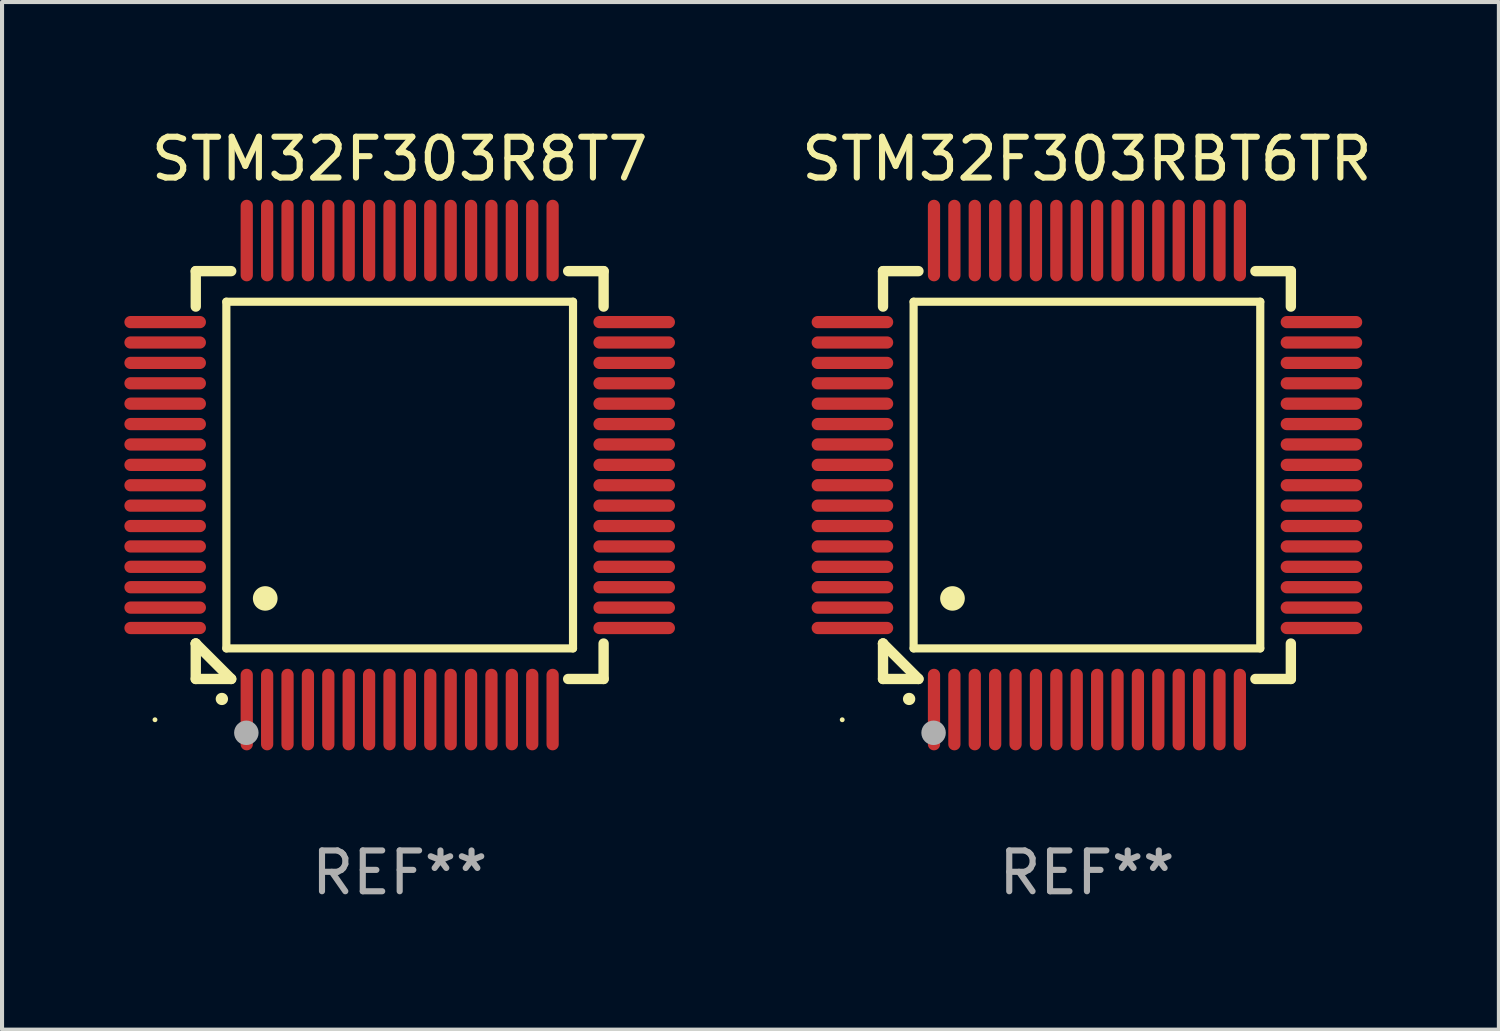
<source format=kicad_pcb>
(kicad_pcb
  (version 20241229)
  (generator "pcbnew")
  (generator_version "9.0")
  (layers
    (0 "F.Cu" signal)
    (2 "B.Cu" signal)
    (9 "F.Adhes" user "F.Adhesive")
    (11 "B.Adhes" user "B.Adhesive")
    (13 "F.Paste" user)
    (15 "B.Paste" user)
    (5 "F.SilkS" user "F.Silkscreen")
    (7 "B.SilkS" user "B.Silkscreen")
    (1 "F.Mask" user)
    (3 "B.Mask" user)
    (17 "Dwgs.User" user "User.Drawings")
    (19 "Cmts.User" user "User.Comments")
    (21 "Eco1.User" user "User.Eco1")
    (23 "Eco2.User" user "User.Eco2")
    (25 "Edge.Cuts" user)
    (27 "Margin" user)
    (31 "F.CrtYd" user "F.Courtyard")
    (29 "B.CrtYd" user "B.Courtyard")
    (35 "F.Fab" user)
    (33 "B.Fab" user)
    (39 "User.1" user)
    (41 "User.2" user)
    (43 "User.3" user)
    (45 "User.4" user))
  (footprint "STM32F303R8T7"
    (layer "F.Cu")
    (at 6.75 8.598)
    (property "Reference" "STM32F303R8T7" (at 0 -7.75 0) (layer "F.SilkS") (effects (font (size 1 1) (thickness 0.15))))
    (attr through_hole)
    (fp_line (start -5 -5) (end -4.131 -5) (stroke (width 0.254) (type solid)) (layer "F.SilkS"))
    (fp_line (start -5 -4.131) (end -5 -5) (stroke (width 0.254) (type solid)) (layer "F.SilkS"))
    (fp_line (start -5 4.131) (end -5 4.131) (stroke (width 0.254) (type solid)) (layer "F.SilkS"))
    (fp_line (start -5 5) (end -5 4.131) (stroke (width 0.254) (type solid)) (layer "F.SilkS"))
    (fp_line (start -5 4.131) (end -4.131 5) (stroke (width 0.254) (type solid)) (layer "F.SilkS"))
    (fp_line (start -4.25 -4.25) (end -4.25 4.25) (stroke (width 0.2) (type solid)) (layer "F.SilkS"))
    (fp_line (start -4.25 4.25) (end 4.25 4.25) (stroke (width 0.2) (type solid)) (layer "F.SilkS"))
    (fp_line (start -4.131 5) (end -5 5) (stroke (width 0.254) (type solid)) (layer "F.SilkS"))
    (fp_line (start 4.25 -4.25) (end -4.25 -4.25) (stroke (width 0.2) (type solid)) (layer "F.SilkS"))
    (fp_line (start 4.25 4.25) (end 4.25 -4.25) (stroke (width 0.2) (type solid)) (layer "F.SilkS"))
    (fp_line (start 5 -5) (end 4.131 -5) (stroke (width 0.254) (type solid)) (layer "F.SilkS"))
    (fp_line (start 5 -5) (end 5 -4.131) (stroke (width 0.254) (type solid)) (layer "F.SilkS"))
    (fp_line (start 5 4.131) (end 5 5) (stroke (width 0.254) (type solid)) (layer "F.SilkS"))
    (fp_line (start 5 5) (end 4.131 5) (stroke (width 0.254) (type solid)) (layer "F.SilkS"))
    (fp_arc (start -4.361265 5.489992) (mid -4.359995 5.489987) (end -4.358725 5.489992) (stroke (width 0.3) (type solid)) (layer "F.SilkS"))
    (fp_arc (start -3.299467 3.025146) (mid -3.296927 3.025135) (end -3.294387 3.025146) (stroke (width 0.6) (type solid)) (layer "F.SilkS"))
    (fp_circle (center -6 6) (end -5.97 6) (stroke (width 0.06) (type solid)) (fill no) (layer "F.SilkS"))
    (fp_circle (center -3.76 6.32) (end -3.61 6.32) (stroke (width 0.3) (type solid)) (fill no) (layer "F.Fab"))
    (fp_text user "REF**" (at 0 9.75 0) (layer "F.Fab") (effects (font (size 1 1) (thickness 0.15))))
    (pad "1" smd oval (at -3.75 5.75) (size 0.3 2) (layers "F.Cu" "F.Mask" "F.Paste"))
    (pad "2" smd oval (at -3.25 5.75) (size 0.3 2) (layers "F.Cu" "F.Mask" "F.Paste"))
    (pad "3" smd oval (at -2.75 5.75) (size 0.3 2) (layers "F.Cu" "F.Mask" "F.Paste"))
    (pad "4" smd oval (at -2.25 5.75) (size 0.3 2) (layers "F.Cu" "F.Mask" "F.Paste"))
    (pad "5" smd oval (at -1.75 5.75) (size 0.3 2) (layers "F.Cu" "F.Mask" "F.Paste"))
    (pad "6" smd oval (at -1.25 5.75) (size 0.3 2) (layers "F.Cu" "F.Mask" "F.Paste"))
    (pad "7" smd oval (at -0.75 5.75) (size 0.3 2) (layers "F.Cu" "F.Mask" "F.Paste"))
    (pad "8" smd oval (at -0.25 5.75) (size 0.3 2) (layers "F.Cu" "F.Mask" "F.Paste"))
    (pad "9" smd oval (at 0.25 5.75) (size 0.3 2) (layers "F.Cu" "F.Mask" "F.Paste"))
    (pad "10" smd oval (at 0.75 5.75) (size 0.3 2) (layers "F.Cu" "F.Mask" "F.Paste"))
    (pad "11" smd oval (at 1.25 5.75) (size 0.3 2) (layers "F.Cu" "F.Mask" "F.Paste"))
    (pad "12" smd oval (at 1.75 5.75) (size 0.3 2) (layers "F.Cu" "F.Mask" "F.Paste"))
    (pad "13" smd oval (at 2.25 5.75) (size 0.3 2) (layers "F.Cu" "F.Mask" "F.Paste"))
    (pad "14" smd oval (at 2.75 5.75) (size 0.3 2) (layers "F.Cu" "F.Mask" "F.Paste"))
    (pad "15" smd oval (at 3.25 5.75) (size 0.3 2) (layers "F.Cu" "F.Mask" "F.Paste"))
    (pad "16" smd oval (at 3.75 5.75) (size 0.3 2) (layers "F.Cu" "F.Mask" "F.Paste"))
    (pad "17" smd oval (at 5.75 3.75) (size 2 0.3) (layers "F.Cu" "F.Mask" "F.Paste"))
    (pad "18" smd oval (at 5.75 3.25) (size 2 0.3) (layers "F.Cu" "F.Mask" "F.Paste"))
    (pad "19" smd oval (at 5.75 2.75) (size 2 0.3) (layers "F.Cu" "F.Mask" "F.Paste"))
    (pad "20" smd oval (at 5.75 2.25) (size 2 0.3) (layers "F.Cu" "F.Mask" "F.Paste"))
    (pad "21" smd oval (at 5.75 1.75) (size 2 0.3) (layers "F.Cu" "F.Mask" "F.Paste"))
    (pad "22" smd oval (at 5.75 1.25) (size 2 0.3) (layers "F.Cu" "F.Mask" "F.Paste"))
    (pad "23" smd oval (at 5.75 0.75) (size 2 0.3) (layers "F.Cu" "F.Mask" "F.Paste"))
    (pad "24" smd oval (at 5.75 0.25) (size 2 0.3) (layers "F.Cu" "F.Mask" "F.Paste"))
    (pad "25" smd oval (at 5.75 -0.25) (size 2 0.3) (layers "F.Cu" "F.Mask" "F.Paste"))
    (pad "26" smd oval (at 5.75 -0.75) (size 2 0.3) (layers "F.Cu" "F.Mask" "F.Paste"))
    (pad "27" smd oval (at 5.75 -1.25) (size 2 0.3) (layers "F.Cu" "F.Mask" "F.Paste"))
    (pad "28" smd oval (at 5.75 -1.75) (size 2 0.3) (layers "F.Cu" "F.Mask" "F.Paste"))
    (pad "29" smd oval (at 5.75 -2.25) (size 2 0.3) (layers "F.Cu" "F.Mask" "F.Paste"))
    (pad "30" smd oval (at 5.75 -2.75) (size 2 0.3) (layers "F.Cu" "F.Mask" "F.Paste"))
    (pad "31" smd oval (at 5.75 -3.25) (size 2 0.3) (layers "F.Cu" "F.Mask" "F.Paste"))
    (pad "32" smd oval (at 5.75 -3.75) (size 2 0.3) (layers "F.Cu" "F.Mask" "F.Paste"))
    (pad "33" smd oval (at 3.75 -5.75) (size 0.3 2) (layers "F.Cu" "F.Mask" "F.Paste"))
    (pad "34" smd oval (at 3.25 -5.75) (size 0.3 2) (layers "F.Cu" "F.Mask" "F.Paste"))
    (pad "35" smd oval (at 2.75 -5.75) (size 0.3 2) (layers "F.Cu" "F.Mask" "F.Paste"))
    (pad "36" smd oval (at 2.25 -5.75) (size 0.3 2) (layers "F.Cu" "F.Mask" "F.Paste"))
    (pad "37" smd oval (at 1.75 -5.75) (size 0.3 2) (layers "F.Cu" "F.Mask" "F.Paste"))
    (pad "38" smd oval (at 1.25 -5.75) (size 0.3 2) (layers "F.Cu" "F.Mask" "F.Paste"))
    (pad "39" smd oval (at 0.75 -5.75) (size 0.3 2) (layers "F.Cu" "F.Mask" "F.Paste"))
    (pad "40" smd oval (at 0.25 -5.75) (size 0.3 2) (layers "F.Cu" "F.Mask" "F.Paste"))
    (pad "41" smd oval (at -0.25 -5.75) (size 0.3 2) (layers "F.Cu" "F.Mask" "F.Paste"))
    (pad "42" smd oval (at -0.75 -5.75) (size 0.3 2) (layers "F.Cu" "F.Mask" "F.Paste"))
    (pad "43" smd oval (at -1.25 -5.75) (size 0.3 2) (layers "F.Cu" "F.Mask" "F.Paste"))
    (pad "44" smd oval (at -1.75 -5.75) (size 0.3 2) (layers "F.Cu" "F.Mask" "F.Paste"))
    (pad "45" smd oval (at -2.25 -5.75) (size 0.3 2) (layers "F.Cu" "F.Mask" "F.Paste"))
    (pad "46" smd oval (at -2.75 -5.75) (size 0.3 2) (layers "F.Cu" "F.Mask" "F.Paste"))
    (pad "47" smd oval (at -3.25 -5.75) (size 0.3 2) (layers "F.Cu" "F.Mask" "F.Paste"))
    (pad "48" smd oval (at -3.75 -5.75) (size 0.3 2) (layers "F.Cu" "F.Mask" "F.Paste"))
    (pad "49" smd oval (at -5.75 -3.75) (size 2 0.3) (layers "F.Cu" "F.Mask" "F.Paste"))
    (pad "50" smd oval (at -5.75 -3.25) (size 2 0.3) (layers "F.Cu" "F.Mask" "F.Paste"))
    (pad "51" smd oval (at -5.75 -2.75) (size 2 0.3) (layers "F.Cu" "F.Mask" "F.Paste"))
    (pad "52" smd oval (at -5.75 -2.25) (size 2 0.3) (layers "F.Cu" "F.Mask" "F.Paste"))
    (pad "53" smd oval (at -5.75 -1.75) (size 2 0.3) (layers "F.Cu" "F.Mask" "F.Paste"))
    (pad "54" smd oval (at -5.75 -1.25) (size 2 0.3) (layers "F.Cu" "F.Mask" "F.Paste"))
    (pad "55" smd oval (at -5.75 -0.75) (size 2 0.3) (layers "F.Cu" "F.Mask" "F.Paste"))
    (pad "56" smd oval (at -5.75 -0.25) (size 2 0.3) (layers "F.Cu" "F.Mask" "F.Paste"))
    (pad "57" smd oval (at -5.75 0.25) (size 2 0.3) (layers "F.Cu" "F.Mask" "F.Paste"))
    (pad "58" smd oval (at -5.75 0.75) (size 2 0.3) (layers "F.Cu" "F.Mask" "F.Paste"))
    (pad "59" smd oval (at -5.75 1.25) (size 2 0.3) (layers "F.Cu" "F.Mask" "F.Paste"))
    (pad "60" smd oval (at -5.75 1.75) (size 2 0.3) (layers "F.Cu" "F.Mask" "F.Paste"))
    (pad "61" smd oval (at -5.75 2.25) (size 2 0.3) (layers "F.Cu" "F.Mask" "F.Paste"))
    (pad "62" smd oval (at -5.75 2.75) (size 2 0.3) (layers "F.Cu" "F.Mask" "F.Paste"))
    (pad "63" smd oval (at -5.75 3.25) (size 2 0.3) (layers "F.Cu" "F.Mask" "F.Paste"))
    (pad "64" smd oval (at -5.75 3.75) (size 2 0.3) (layers "F.Cu" "F.Mask" "F.Paste")))
  (footprint "STM32F303RBT6TR"
    (layer "F.Cu")
    (at 23.601 8.598)
    (property "Reference" "STM32F303RBT6TR" (at 0 -7.75 0) (layer "F.SilkS") (effects (font (size 1 1) (thickness 0.15))))
    (attr through_hole)
    (fp_line (start -5 -5) (end -4.131 -5) (stroke (width 0.254) (type solid)) (layer "F.SilkS"))
    (fp_line (start -5 -4.131) (end -5 -5) (stroke (width 0.254) (type solid)) (layer "F.SilkS"))
    (fp_line (start -5 4.131) (end -5 4.131) (stroke (width 0.254) (type solid)) (layer "F.SilkS"))
    (fp_line (start -5 5) (end -5 4.131) (stroke (width 0.254) (type solid)) (layer "F.SilkS"))
    (fp_line (start -5 4.131) (end -4.131 5) (stroke (width 0.254) (type solid)) (layer "F.SilkS"))
    (fp_line (start -4.25 -4.25) (end -4.25 4.25) (stroke (width 0.2) (type solid)) (layer "F.SilkS"))
    (fp_line (start -4.25 4.25) (end 4.25 4.25) (stroke (width 0.2) (type solid)) (layer "F.SilkS"))
    (fp_line (start -4.131 5) (end -5 5) (stroke (width 0.254) (type solid)) (layer "F.SilkS"))
    (fp_line (start 4.25 -4.25) (end -4.25 -4.25) (stroke (width 0.2) (type solid)) (layer "F.SilkS"))
    (fp_line (start 4.25 4.25) (end 4.25 -4.25) (stroke (width 0.2) (type solid)) (layer "F.SilkS"))
    (fp_line (start 5 -5) (end 4.131 -5) (stroke (width 0.254) (type solid)) (layer "F.SilkS"))
    (fp_line (start 5 -5) (end 5 -4.131) (stroke (width 0.254) (type solid)) (layer "F.SilkS"))
    (fp_line (start 5 4.131) (end 5 5) (stroke (width 0.254) (type solid)) (layer "F.SilkS"))
    (fp_line (start 5 5) (end 4.131 5) (stroke (width 0.254) (type solid)) (layer "F.SilkS"))
    (fp_arc (start -4.361265 5.489992) (mid -4.359995 5.489987) (end -4.358725 5.489992) (stroke (width 0.3) (type solid)) (layer "F.SilkS"))
    (fp_arc (start -3.299467 3.025146) (mid -3.296927 3.025135) (end -3.294387 3.025146) (stroke (width 0.6) (type solid)) (layer "F.SilkS"))
    (fp_circle (center -6 6) (end -5.97 6) (stroke (width 0.06) (type solid)) (fill no) (layer "F.SilkS"))
    (fp_circle (center -3.76 6.32) (end -3.61 6.32) (stroke (width 0.3) (type solid)) (fill no) (layer "F.Fab"))
    (fp_text user "REF**" (at 0 9.75 0) (layer "F.Fab") (effects (font (size 1 1) (thickness 0.15))))
    (pad "1" smd oval (at -3.75 5.75) (size 0.3 2) (layers "F.Cu" "F.Mask" "F.Paste"))
    (pad "2" smd oval (at -3.25 5.75) (size 0.3 2) (layers "F.Cu" "F.Mask" "F.Paste"))
    (pad "3" smd oval (at -2.75 5.75) (size 0.3 2) (layers "F.Cu" "F.Mask" "F.Paste"))
    (pad "4" smd oval (at -2.25 5.75) (size 0.3 2) (layers "F.Cu" "F.Mask" "F.Paste"))
    (pad "5" smd oval (at -1.75 5.75) (size 0.3 2) (layers "F.Cu" "F.Mask" "F.Paste"))
    (pad "6" smd oval (at -1.25 5.75) (size 0.3 2) (layers "F.Cu" "F.Mask" "F.Paste"))
    (pad "7" smd oval (at -0.75 5.75) (size 0.3 2) (layers "F.Cu" "F.Mask" "F.Paste"))
    (pad "8" smd oval (at -0.25 5.75) (size 0.3 2) (layers "F.Cu" "F.Mask" "F.Paste"))
    (pad "9" smd oval (at 0.25 5.75) (size 0.3 2) (layers "F.Cu" "F.Mask" "F.Paste"))
    (pad "10" smd oval (at 0.75 5.75) (size 0.3 2) (layers "F.Cu" "F.Mask" "F.Paste"))
    (pad "11" smd oval (at 1.25 5.75) (size 0.3 2) (layers "F.Cu" "F.Mask" "F.Paste"))
    (pad "12" smd oval (at 1.75 5.75) (size 0.3 2) (layers "F.Cu" "F.Mask" "F.Paste"))
    (pad "13" smd oval (at 2.25 5.75) (size 0.3 2) (layers "F.Cu" "F.Mask" "F.Paste"))
    (pad "14" smd oval (at 2.75 5.75) (size 0.3 2) (layers "F.Cu" "F.Mask" "F.Paste"))
    (pad "15" smd oval (at 3.25 5.75) (size 0.3 2) (layers "F.Cu" "F.Mask" "F.Paste"))
    (pad "16" smd oval (at 3.75 5.75) (size 0.3 2) (layers "F.Cu" "F.Mask" "F.Paste"))
    (pad "17" smd oval (at 5.75 3.75) (size 2 0.3) (layers "F.Cu" "F.Mask" "F.Paste"))
    (pad "18" smd oval (at 5.75 3.25) (size 2 0.3) (layers "F.Cu" "F.Mask" "F.Paste"))
    (pad "19" smd oval (at 5.75 2.75) (size 2 0.3) (layers "F.Cu" "F.Mask" "F.Paste"))
    (pad "20" smd oval (at 5.75 2.25) (size 2 0.3) (layers "F.Cu" "F.Mask" "F.Paste"))
    (pad "21" smd oval (at 5.75 1.75) (size 2 0.3) (layers "F.Cu" "F.Mask" "F.Paste"))
    (pad "22" smd oval (at 5.75 1.25) (size 2 0.3) (layers "F.Cu" "F.Mask" "F.Paste"))
    (pad "23" smd oval (at 5.75 0.75) (size 2 0.3) (layers "F.Cu" "F.Mask" "F.Paste"))
    (pad "24" smd oval (at 5.75 0.25) (size 2 0.3) (layers "F.Cu" "F.Mask" "F.Paste"))
    (pad "25" smd oval (at 5.75 -0.25) (size 2 0.3) (layers "F.Cu" "F.Mask" "F.Paste"))
    (pad "26" smd oval (at 5.75 -0.75) (size 2 0.3) (layers "F.Cu" "F.Mask" "F.Paste"))
    (pad "27" smd oval (at 5.75 -1.25) (size 2 0.3) (layers "F.Cu" "F.Mask" "F.Paste"))
    (pad "28" smd oval (at 5.75 -1.75) (size 2 0.3) (layers "F.Cu" "F.Mask" "F.Paste"))
    (pad "29" smd oval (at 5.75 -2.25) (size 2 0.3) (layers "F.Cu" "F.Mask" "F.Paste"))
    (pad "30" smd oval (at 5.75 -2.75) (size 2 0.3) (layers "F.Cu" "F.Mask" "F.Paste"))
    (pad "31" smd oval (at 5.75 -3.25) (size 2 0.3) (layers "F.Cu" "F.Mask" "F.Paste"))
    (pad "32" smd oval (at 5.75 -3.75) (size 2 0.3) (layers "F.Cu" "F.Mask" "F.Paste"))
    (pad "33" smd oval (at 3.75 -5.75) (size 0.3 2) (layers "F.Cu" "F.Mask" "F.Paste"))
    (pad "34" smd oval (at 3.25 -5.75) (size 0.3 2) (layers "F.Cu" "F.Mask" "F.Paste"))
    (pad "35" smd oval (at 2.75 -5.75) (size 0.3 2) (layers "F.Cu" "F.Mask" "F.Paste"))
    (pad "36" smd oval (at 2.25 -5.75) (size 0.3 2) (layers "F.Cu" "F.Mask" "F.Paste"))
    (pad "37" smd oval (at 1.75 -5.75) (size 0.3 2) (layers "F.Cu" "F.Mask" "F.Paste"))
    (pad "38" smd oval (at 1.25 -5.75) (size 0.3 2) (layers "F.Cu" "F.Mask" "F.Paste"))
    (pad "39" smd oval (at 0.75 -5.75) (size 0.3 2) (layers "F.Cu" "F.Mask" "F.Paste"))
    (pad "40" smd oval (at 0.25 -5.75) (size 0.3 2) (layers "F.Cu" "F.Mask" "F.Paste"))
    (pad "41" smd oval (at -0.25 -5.75) (size 0.3 2) (layers "F.Cu" "F.Mask" "F.Paste"))
    (pad "42" smd oval (at -0.75 -5.75) (size 0.3 2) (layers "F.Cu" "F.Mask" "F.Paste"))
    (pad "43" smd oval (at -1.25 -5.75) (size 0.3 2) (layers "F.Cu" "F.Mask" "F.Paste"))
    (pad "44" smd oval (at -1.75 -5.75) (size 0.3 2) (layers "F.Cu" "F.Mask" "F.Paste"))
    (pad "45" smd oval (at -2.25 -5.75) (size 0.3 2) (layers "F.Cu" "F.Mask" "F.Paste"))
    (pad "46" smd oval (at -2.75 -5.75) (size 0.3 2) (layers "F.Cu" "F.Mask" "F.Paste"))
    (pad "47" smd oval (at -3.25 -5.75) (size 0.3 2) (layers "F.Cu" "F.Mask" "F.Paste"))
    (pad "48" smd oval (at -3.75 -5.75) (size 0.3 2) (layers "F.Cu" "F.Mask" "F.Paste"))
    (pad "49" smd oval (at -5.75 -3.75) (size 2 0.3) (layers "F.Cu" "F.Mask" "F.Paste"))
    (pad "50" smd oval (at -5.75 -3.25) (size 2 0.3) (layers "F.Cu" "F.Mask" "F.Paste"))
    (pad "51" smd oval (at -5.75 -2.75) (size 2 0.3) (layers "F.Cu" "F.Mask" "F.Paste"))
    (pad "52" smd oval (at -5.75 -2.25) (size 2 0.3) (layers "F.Cu" "F.Mask" "F.Paste"))
    (pad "53" smd oval (at -5.75 -1.75) (size 2 0.3) (layers "F.Cu" "F.Mask" "F.Paste"))
    (pad "54" smd oval (at -5.75 -1.25) (size 2 0.3) (layers "F.Cu" "F.Mask" "F.Paste"))
    (pad "55" smd oval (at -5.75 -0.75) (size 2 0.3) (layers "F.Cu" "F.Mask" "F.Paste"))
    (pad "56" smd oval (at -5.75 -0.25) (size 2 0.3) (layers "F.Cu" "F.Mask" "F.Paste"))
    (pad "57" smd oval (at -5.75 0.25) (size 2 0.3) (layers "F.Cu" "F.Mask" "F.Paste"))
    (pad "58" smd oval (at -5.75 0.75) (size 2 0.3) (layers "F.Cu" "F.Mask" "F.Paste"))
    (pad "59" smd oval (at -5.75 1.25) (size 2 0.3) (layers "F.Cu" "F.Mask" "F.Paste"))
    (pad "60" smd oval (at -5.75 1.75) (size 2 0.3) (layers "F.Cu" "F.Mask" "F.Paste"))
    (pad "61" smd oval (at -5.75 2.25) (size 2 0.3) (layers "F.Cu" "F.Mask" "F.Paste"))
    (pad "62" smd oval (at -5.75 2.75) (size 2 0.3) (layers "F.Cu" "F.Mask" "F.Paste"))
    (pad "63" smd oval (at -5.75 3.25) (size 2 0.3) (layers "F.Cu" "F.Mask" "F.Paste"))
    (pad "64" smd oval (at -5.75 3.75) (size 2 0.3) (layers "F.Cu" "F.Mask" "F.Paste")))
  (gr_rect
    (start -3 -3)
    (end 33.702 22.196)
    (stroke (width 0.1) (type default))
    (fill no)
    (layer "Edge.Cuts")))
</source>
